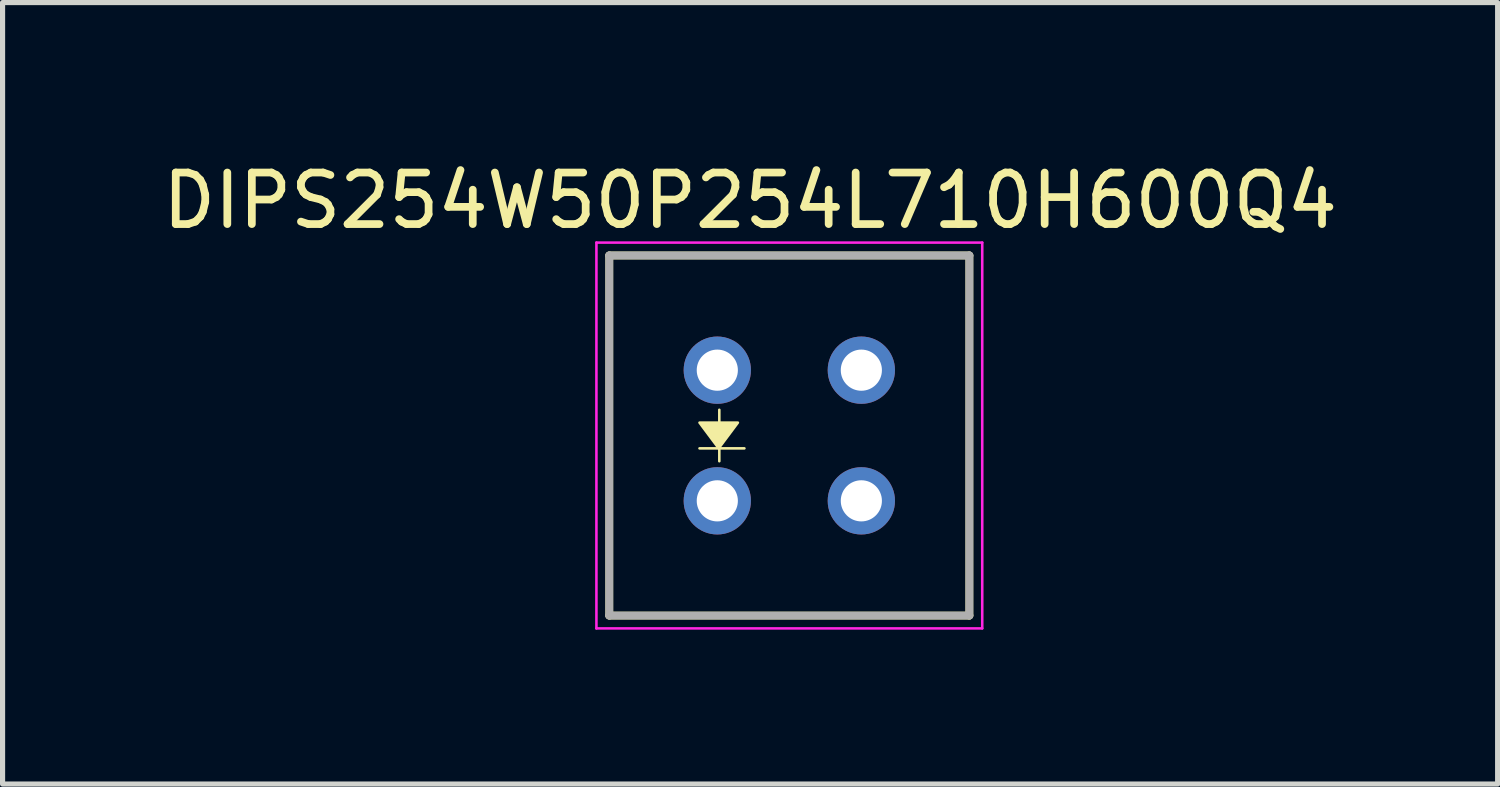
<source format=kicad_pcb>
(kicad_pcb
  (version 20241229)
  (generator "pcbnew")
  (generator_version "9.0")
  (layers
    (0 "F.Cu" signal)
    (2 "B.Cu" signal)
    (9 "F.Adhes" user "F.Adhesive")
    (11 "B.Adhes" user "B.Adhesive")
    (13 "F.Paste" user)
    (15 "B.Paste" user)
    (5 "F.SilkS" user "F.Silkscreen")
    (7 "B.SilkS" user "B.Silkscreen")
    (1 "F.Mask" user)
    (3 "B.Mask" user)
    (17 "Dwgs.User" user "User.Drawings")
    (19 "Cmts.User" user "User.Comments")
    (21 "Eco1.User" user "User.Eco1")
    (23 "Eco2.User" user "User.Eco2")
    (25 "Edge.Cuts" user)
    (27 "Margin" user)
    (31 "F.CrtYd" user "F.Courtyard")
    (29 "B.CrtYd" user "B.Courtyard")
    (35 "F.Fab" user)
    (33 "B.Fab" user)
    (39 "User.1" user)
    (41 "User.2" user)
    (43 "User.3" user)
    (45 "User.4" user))
  (footprint "DIPS254W50P254L710H600Q4"
    (layer "F.Cu")
    (at 12.294 5.416)
    (property "Reference" "DIPS254W50P254L710H600Q4" (at -0.762 -4.566 0) (layer "F.SilkS") (effects (font (size 1.002 1.002) (thickness 0.15))))
    (attr through_hole)
    (fp_line (start -3.5 -3.5) (end -3.5 3.5) (stroke (width 0.152) (type solid)) (layer "F.SilkS"))
    (fp_line (start -3.5 3.5) (end 3.5 3.5) (stroke (width 0.152) (type solid)) (layer "F.SilkS"))
    (fp_line (start -1.746 0.25) (end -0.873 0.25) (stroke (width 0.05) (type solid)) (layer "F.SilkS"))
    (fp_line (start -1.361 -0.5) (end -1.361 0.5) (stroke (width 0.05) (type solid)) (layer "F.SilkS"))
    (fp_line (start 3.5 -3.5) (end -3.5 -3.5) (stroke (width 0.152) (type solid)) (layer "F.SilkS"))
    (fp_line (start 3.5 3.5) (end 3.5 -3.5) (stroke (width 0.152) (type solid)) (layer "F.SilkS"))
    (fp_poly (pts (xy -1.746 -0.25) (xy -1 -0.25) (xy -1.373 0.25)) (stroke (width 0.05) (type solid)) (fill yes) (layer "F.SilkS"))
    (fp_line (start -3.75 -3.75) (end -3.75 3.75) (stroke (width 0.05) (type solid)) (layer "F.CrtYd"))
    (fp_line (start -3.75 3.75) (end 3.75 3.75) (stroke (width 0.05) (type solid)) (layer "F.CrtYd"))
    (fp_line (start 3.75 -3.75) (end -3.75 -3.75) (stroke (width 0.05) (type solid)) (layer "F.CrtYd"))
    (fp_line (start 3.75 3.75) (end 3.75 -3.75) (stroke (width 0.05) (type solid)) (layer "F.CrtYd"))
    (fp_line (start -3.5 -3.5) (end -3.5 3.5) (stroke (width 0.152) (type solid)) (layer "F.Fab"))
    (fp_line (start -3.5 3.5) (end 3.5 3.5) (stroke (width 0.152) (type solid)) (layer "F.Fab"))
    (fp_line (start 3.5 -3.5) (end -3.5 -3.5) (stroke (width 0.152) (type solid)) (layer "F.Fab"))
    (fp_line (start 3.5 3.5) (end 3.5 -3.5) (stroke (width 0.152) (type solid)) (layer "F.Fab"))
    (pad "A" thru_hole circle (at -1.4 -1.27) (size 1.308 1.308) (drill 0.8) (layers "*.Cu" "*.Mask"))
    (pad "CATH" thru_hole circle (at -1.4 1.27) (size 1.308 1.308) (drill 0.8) (layers "*.Cu" "*.Mask"))
    (pad "COLL" thru_hole circle (at 1.4 1.27) (size 1.308 1.308) (drill 0.8) (layers "*.Cu" "*.Mask"))
    (pad "E" thru_hole circle (at 1.4 -1.27) (size 1.308 1.308) (drill 0.8) (layers "*.Cu" "*.Mask")))
  (gr_rect
    (start -3 -3)
    (end 26.063 12.191)
    (stroke (width 0.1) (type default))
    (fill no)
    (layer "Edge.Cuts")))
</source>
